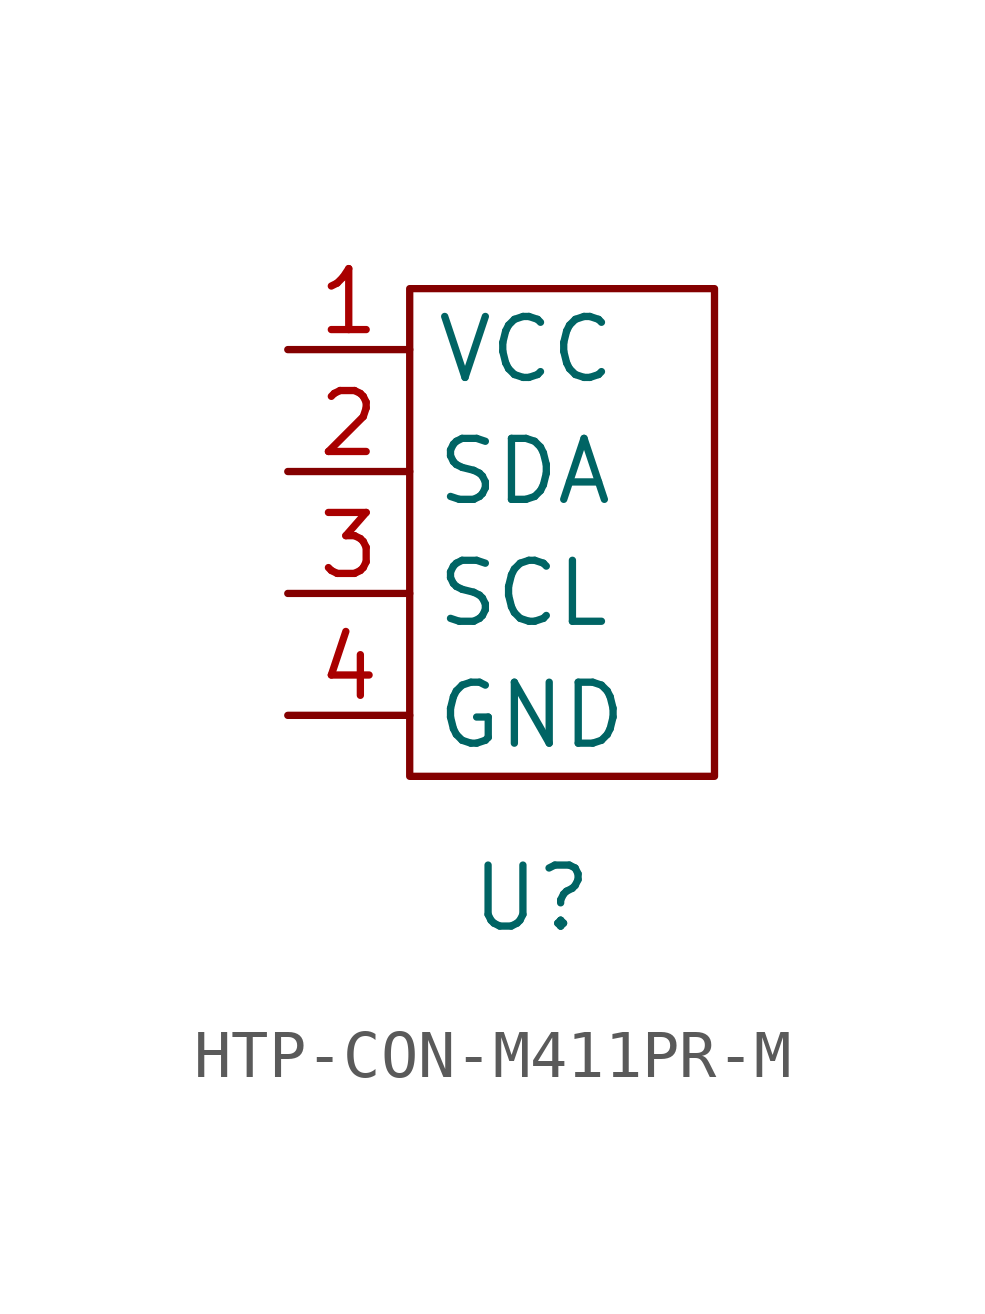
<source format=kicad_sym>
(kicad_symbol_lib
  (version 20220914)
  (generator kicad_symbol_editor)
  (symbol "HTP-CON-M411PR-M"
    (property "Reference" "U"
      (at 0 -8.89 0)
      (effects (font (size 1.27 1.27))))
    (property "Value" ""
      (at 0 0 0)
      (effects (font (size 1.27 1.27))))
    (symbol "HTP-CON-M411PR-M_0_1"
      (rectangle (start -2.54 3.81) (end 3.81 -6.35) (stroke (width 0) (type default)) (fill (type none))))
    (symbol "HTP-CON-M411PR-M_1_1"
      (pin bidirectional line (at -5.08 2.54 0) (length 2.54) (name "VCC" (effects (font (size 1.27 1.27)))) (number "1" (effects (font (size 1.27 1.27)))))
      (pin bidirectional line (at -5.08 0 0) (length 2.54) (name "SDA" (effects (font (size 1.27 1.27)))) (number "2" (effects (font (size 1.27 1.27)))))
      (pin bidirectional line (at -5.08 -2.54 0) (length 2.54) (name "SCL" (effects (font (size 1.27 1.27)))) (number "3" (effects (font (size 1.27 1.27)))))
      (pin bidirectional line (at -5.08 -5.08 0) (length 2.54) (name "GND" (effects (font (size 1.27 1.27)))) (number "4" (effects (font (size 1.27 1.27))))))))
</source>
